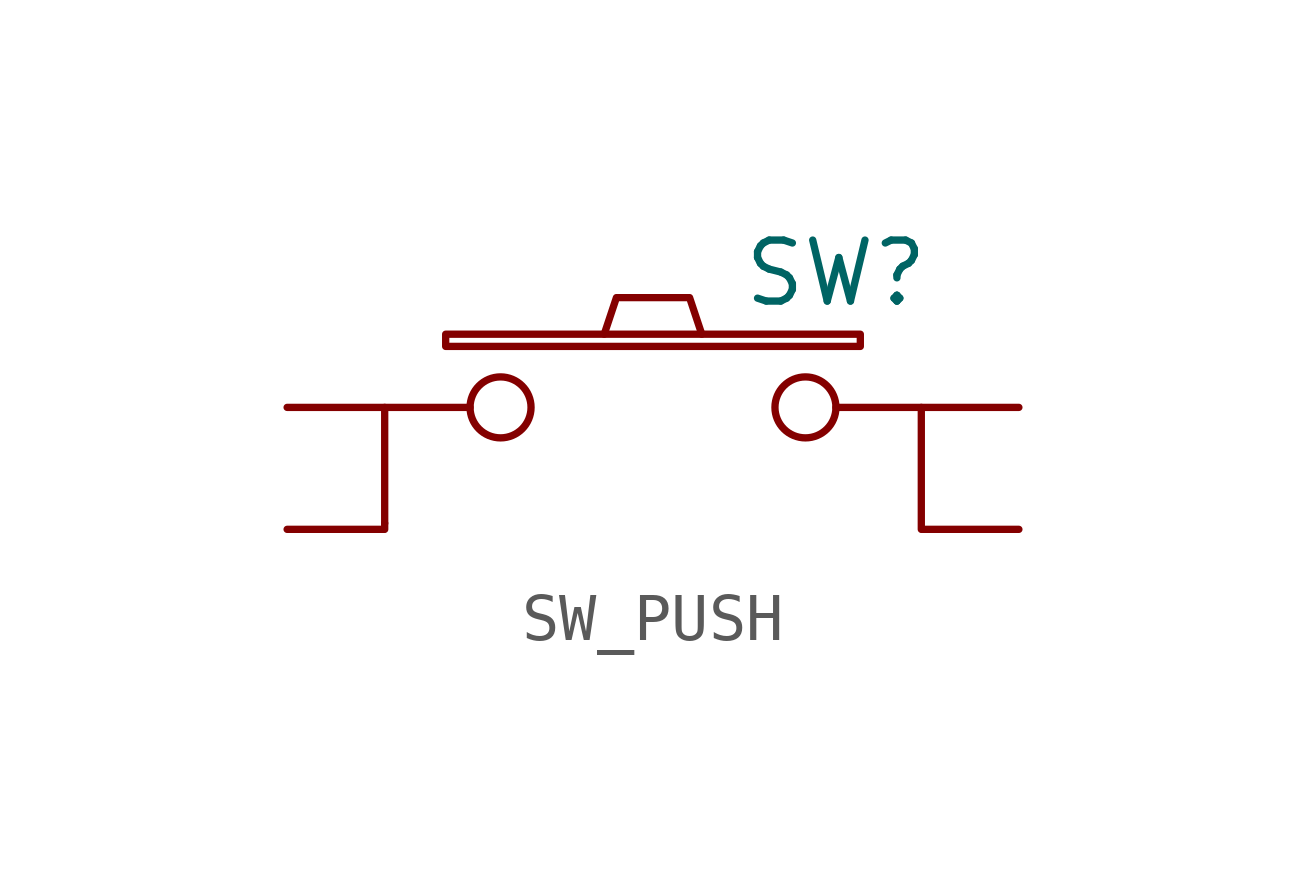
<source format=kicad_sym>
(kicad_symbol_lib
  (version 20211014)
  (generator kicad_symbol_editor)
  (symbol "SW_PUSH"
    (pin_numbers hide)
    (pin_names
      (offset 1.016) hide)
    (property "Reference" "SW"
      (at 3.81 2.794 0)
      (effects (font (size 1.27 1.27))))
    (property "Footprint" ""
      (at 0 0 0)
      (effects (font (size 1.524 1.524))))
    (property "Datasheet" ""
      (at 0 0 0)
      (effects (font (size 1.524 1.524))))
    (symbol "SW_PUSH_0_1"
      (rectangle (start -4.318 1.27) (end 4.318 1.524) (stroke (width 0) (type default) (color 0 0 0 0)) (fill (type none)))
      (polyline (pts (xy -5.588 -2.413) (xy -5.588 -2.54)) (stroke (width 0) (type default) (color 0 0 0 0)) (fill (type none)))
      (polyline (pts (xy -5.588 -2.413) (xy -5.588 0)) (stroke (width 0) (type default) (color 0 0 0 0)) (fill (type none)))
      (polyline (pts (xy 5.588 -2.54) (xy 5.588 0)) (stroke (width 0) (type default) (color 0 0 0 0)) (fill (type none)))
      (polyline (pts (xy -1.016 1.524) (xy -0.762 2.286) (xy 0.762 2.286) (xy 1.016 1.524)) (stroke (width 0) (type default) (color 0 0 0 0)) (fill (type none)))
      (pin passive inverted (at -7.62 0 0) (length 5.08) (name "1" (effects (font (size 1.524 1.524)))) (number "1" (effects (font (size 1.524 1.524)))))
      (pin passive inverted (at 7.62 0 180) (length 5.08) (name "3" (effects (font (size 1.524 1.524)))) (number "3" (effects (font (size 1.524 1.524))))))
    (symbol "SW_PUSH_1_1"
      (pin input line (at -7.62 -2.54 0) (length 2.007) (name "2" (effects (font (size 1.27 1.27)))) (number "2" (effects (font (size 1.27 1.27)))))
      (pin input line (at 7.62 -2.54 180) (length 2.007) (name "4" (effects (font (size 1.27 1.27)))) (number "4" (effects (font (size 1.27 1.27))))))))
</source>
